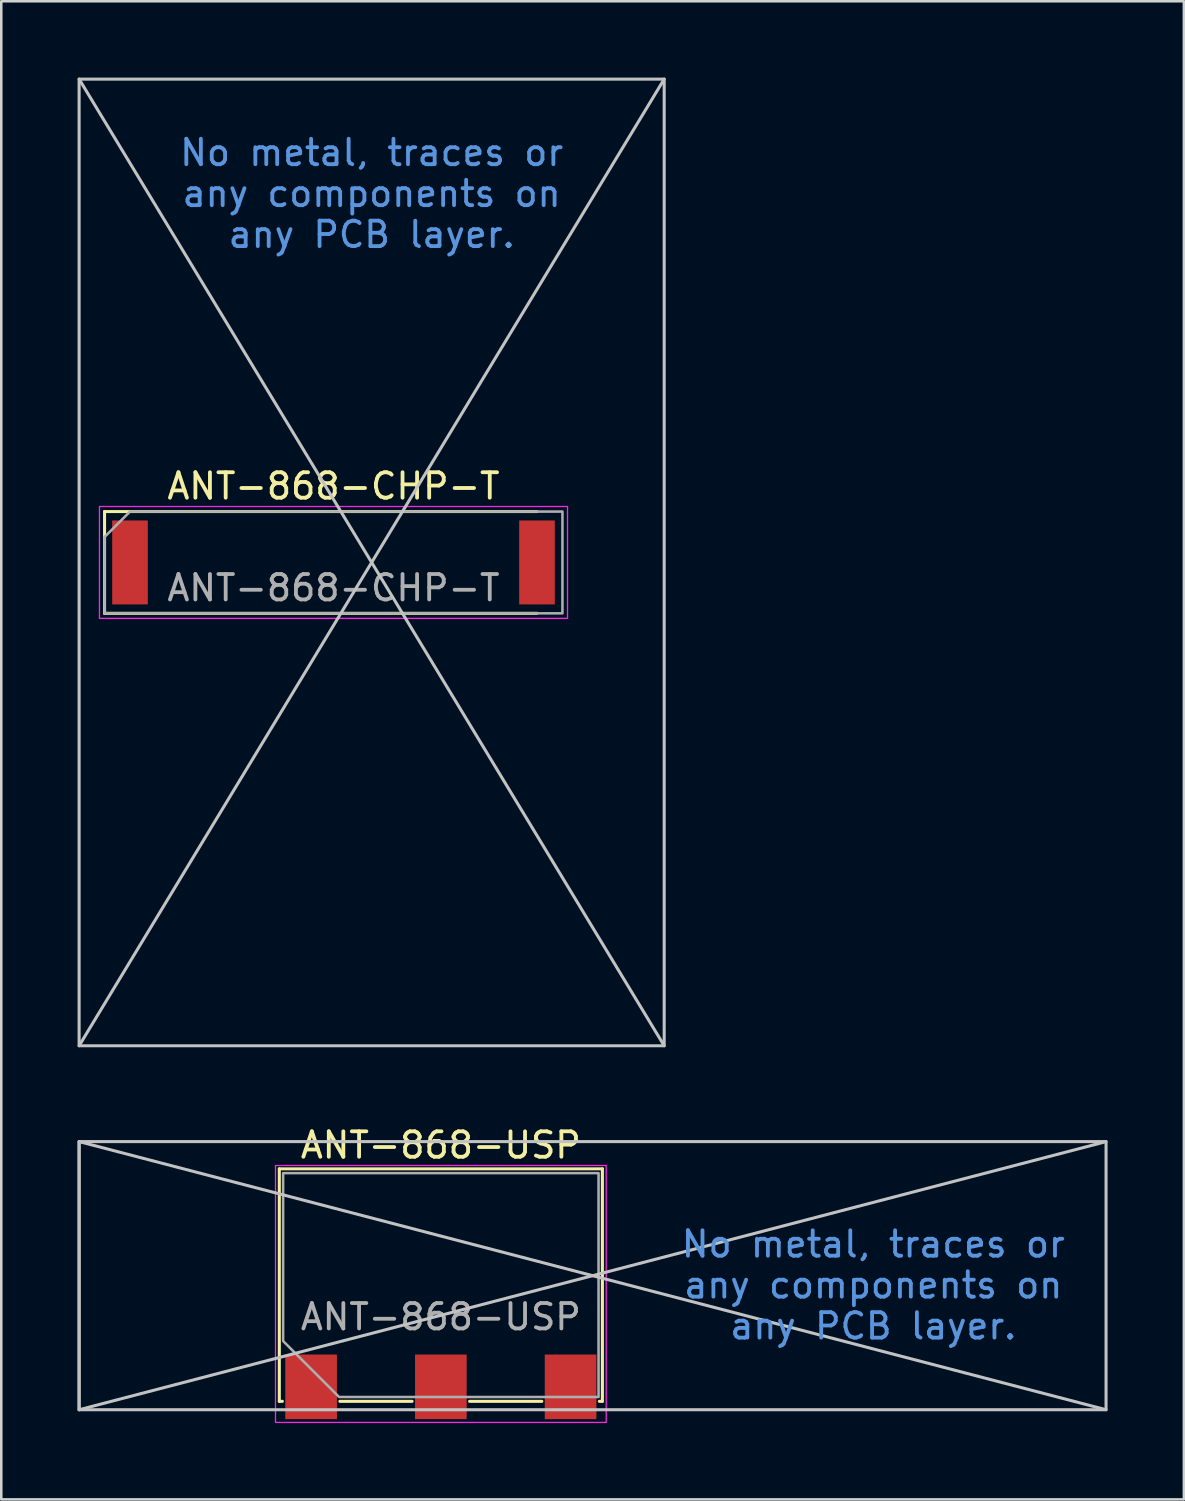
<source format=kicad_pcb>
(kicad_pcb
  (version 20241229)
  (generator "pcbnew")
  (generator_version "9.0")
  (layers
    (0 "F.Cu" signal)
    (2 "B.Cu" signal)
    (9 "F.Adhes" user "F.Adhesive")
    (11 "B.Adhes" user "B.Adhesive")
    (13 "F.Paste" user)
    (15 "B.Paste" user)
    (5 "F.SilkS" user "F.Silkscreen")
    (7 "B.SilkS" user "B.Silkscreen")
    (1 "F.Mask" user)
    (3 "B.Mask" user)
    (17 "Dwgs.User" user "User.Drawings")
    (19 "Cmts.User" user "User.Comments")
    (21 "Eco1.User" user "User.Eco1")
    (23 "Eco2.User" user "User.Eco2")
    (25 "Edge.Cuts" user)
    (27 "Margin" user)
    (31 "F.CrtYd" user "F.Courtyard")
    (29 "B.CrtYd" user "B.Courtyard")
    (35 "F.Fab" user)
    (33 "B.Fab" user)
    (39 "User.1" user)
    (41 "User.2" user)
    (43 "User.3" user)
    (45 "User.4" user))
  (footprint "ANT-868-CHP-T"
    (layer "F.Cu")
    (at 10.06 19.06)
    (property "Reference" "ANT-868-CHP-T" (at 0 -3 0) (unlocked yes) (layer "F.SilkS") (effects (font (size 1 1) (thickness 0.15))))
    (attr smd)
    (fp_line (start -9 -2) (end -9 2) (stroke (width 0.12) (type solid)) (layer "F.SilkS"))
    (fp_line (start -9 2) (end 8 2) (stroke (width 0.12) (type solid)) (layer "F.SilkS"))
    (fp_line (start 8 -2) (end -9 -2) (stroke (width 0.12) (type solid)) (layer "F.SilkS"))
    (fp_line (start -10 19) (end 13 -19) (stroke (width 0.12) (type solid)) (layer "Dwgs.User"))
    (fp_line (start 13 19) (end -10 -19) (stroke (width 0.12) (type solid)) (layer "Dwgs.User"))
    (fp_rect (start -10 -19) (end 13 19) (stroke (width 0.12) (type solid)) (fill no) (layer "Dwgs.User"))
    (fp_rect (start -9.2 -2.2) (end 9.2 2.2) (stroke (width 0.05) (type solid)) (fill no) (layer "F.CrtYd"))
    (fp_poly (pts (xy 9 2) (xy -9 2) (xy -9 -1) (xy -8 -2) (xy 9 -2)) (stroke (width 0.1) (type solid)) (fill no) (layer "F.Fab"))
    (fp_text user "No metal, traces or\nany components on\nany PCB layer.\n" (at 1.5 -14.5 0) (unlocked yes) (layer "Cmts.User") (effects (font (size 1 1) (thickness 0.15))))
    (fp_text user "${REFERENCE}" (at 0 1 0) (unlocked yes) (layer "F.Fab") (effects (font (size 1 1) (thickness 0.15))))
    (pad "1" smd rect (at -8 0) (size 1.4 3.3) (layers "F.Cu" "F.Mask" "F.Paste"))
    (pad "2" smd rect (at 8 0) (size 1.4 3.3) (layers "F.Cu" "F.Mask" "F.Paste")))
  (footprint "ANT-868-USP"
    (layer "F.Cu")
    (at 14.28 47.468)
    (property "Reference" "ANT-868-USP" (at 0 -5.5 0) (unlocked yes) (layer "F.SilkS") (effects (font (size 1 1) (thickness 0.15))))
    (attr smd)
    (fp_line (start -6.35 -4.57) (end -6.35 4.57) (stroke (width 0.12) (type solid)) (layer "F.SilkS"))
    (fp_line (start -6.35 -4.57) (end 6.35 -4.57) (stroke (width 0.12) (type solid)) (layer "F.SilkS"))
    (fp_line (start -6.35 4.57) (end -6.23 4.57) (stroke (width 0.12) (type solid)) (layer "F.SilkS"))
    (fp_line (start -3.97 4.57) (end -1.13 4.57) (stroke (width 0.12) (type solid)) (layer "F.SilkS"))
    (fp_line (start 3.97 4.57) (end 1.13 4.57) (stroke (width 0.12) (type solid)) (layer "F.SilkS"))
    (fp_line (start 6.35 -4.57) (end 6.35 4.57) (stroke (width 0.12) (type solid)) (layer "F.SilkS"))
    (fp_line (start 6.35 4.57) (end 6.23 4.57) (stroke (width 0.12) (type solid)) (layer "F.SilkS"))
    (fp_line (start -14.22 -5.64) (end 26.15 4.9) (stroke (width 0.12) (type solid)) (layer "Dwgs.User"))
    (fp_line (start -14.22 4.9) (end -14.22 -5.64) (stroke (width 0.12) (type solid)) (layer "Dwgs.User"))
    (fp_line (start 26.15 -5.64) (end -14.22 4.9) (stroke (width 0.12) (type solid)) (layer "Dwgs.User"))
    (fp_rect (start -14.22 4.9) (end 26.15 -5.64) (stroke (width 0.12) (type solid)) (fill no) (layer "Dwgs.User"))
    (fp_rect (start -6.5 5.4) (end 6.5 -4.7) (stroke (width 0.05) (type solid)) (fill no) (layer "F.CrtYd"))
    (fp_poly (pts (xy 6.2 4.4) (xy -4 4.4) (xy -6.2 2.2) (xy -6.2 -4.4) (xy 6.2 -4.4)) (stroke (width 0.1) (type solid)) (fill no) (layer "F.Fab"))
    (fp_text user "No metal, traces or\nany components on\nany PCB layer.\n" (at 17 0 0) (unlocked yes) (layer "Cmts.User") (effects (font (size 1 1) (thickness 0.15))))
    (fp_text user "${REFERENCE}" (at 0 1.25 0) (unlocked yes) (layer "F.Fab") (effects (font (size 1 1) (thickness 0.15))))
    (pad "1" smd rect (at -5.1 4) (size 2.03 2.54) (layers "F.Cu" "F.Mask" "F.Paste"))
    (pad "2" smd rect (at 0 4) (size 2.03 2.54) (layers "F.Cu" "F.Mask" "F.Paste"))
    (pad "2" smd rect (at 5.1 4) (size 2.03 2.54) (layers "F.Cu" "F.Mask" "F.Paste")))
  (gr_rect
    (start -3 -3)
    (end 43.49 55.893)
    (stroke (width 0.1) (type default))
    (fill no)
    (layer "Edge.Cuts")))
</source>
